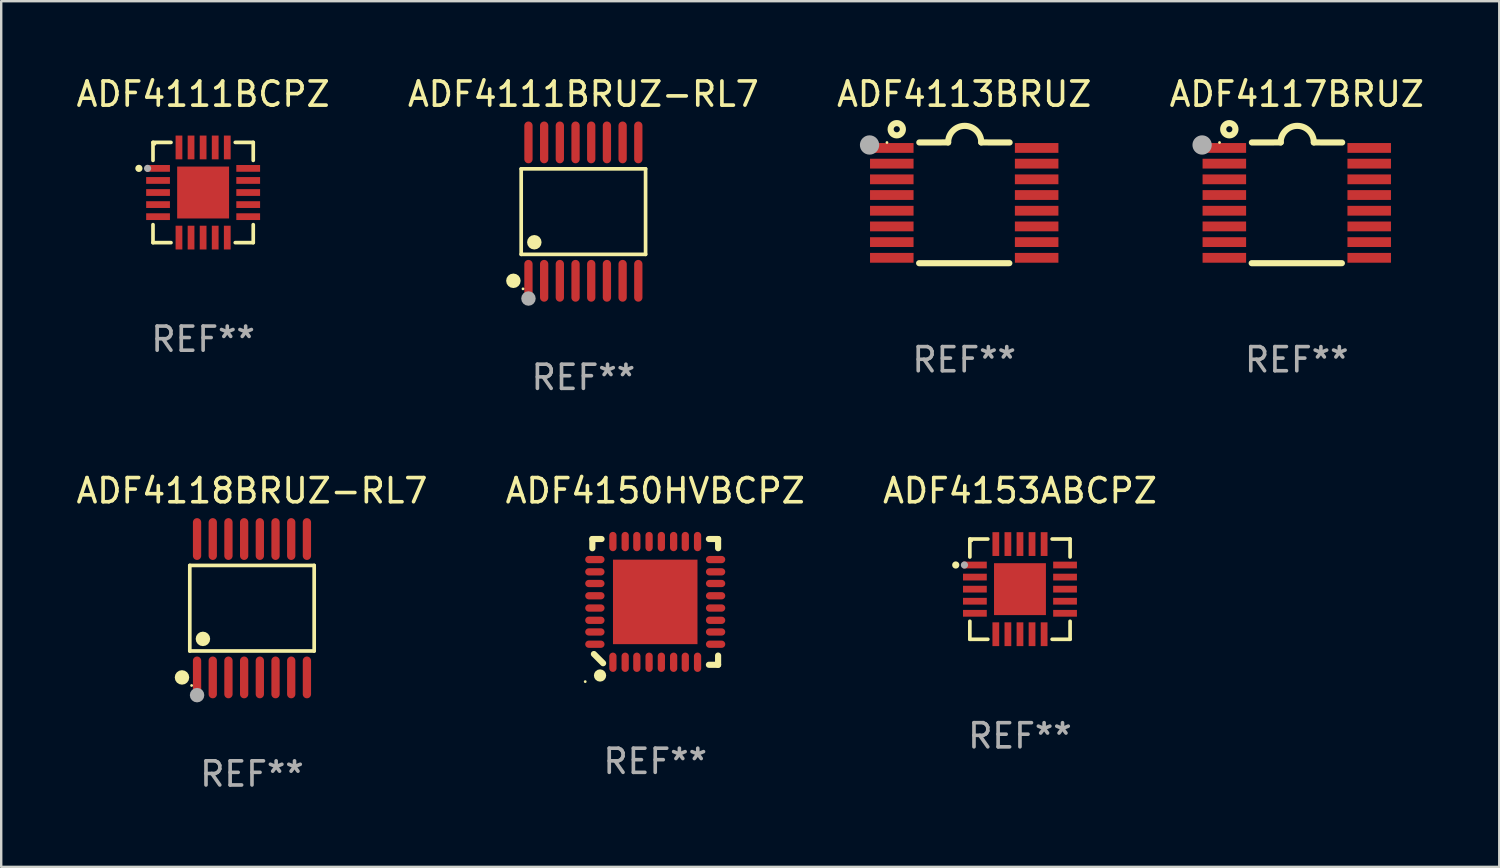
<source format=kicad_pcb>
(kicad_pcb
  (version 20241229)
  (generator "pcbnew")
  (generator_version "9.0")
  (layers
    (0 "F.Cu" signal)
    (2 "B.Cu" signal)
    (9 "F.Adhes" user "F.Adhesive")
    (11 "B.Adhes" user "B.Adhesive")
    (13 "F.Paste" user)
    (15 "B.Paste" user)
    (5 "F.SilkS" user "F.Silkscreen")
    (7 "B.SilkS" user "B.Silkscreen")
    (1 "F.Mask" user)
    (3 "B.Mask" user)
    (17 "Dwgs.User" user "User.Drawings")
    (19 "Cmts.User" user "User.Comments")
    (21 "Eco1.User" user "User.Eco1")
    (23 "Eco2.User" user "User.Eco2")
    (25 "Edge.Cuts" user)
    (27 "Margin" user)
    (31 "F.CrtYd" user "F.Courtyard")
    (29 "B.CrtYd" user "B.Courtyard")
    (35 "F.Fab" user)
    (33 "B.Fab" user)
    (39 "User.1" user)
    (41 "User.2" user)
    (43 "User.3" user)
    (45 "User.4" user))
  (footprint "ADF4113BRUZ"
    (layer "F.Cu")
    (at 36.887 5.35)
    (property "Reference" "ADF4113BRUZ" (at 0 -4.501 0) (layer "F.SilkS") (effects (font (size 1 1) (thickness 0.15))))
    (attr through_hole)
    (fp_line (start -1.868 2.501) (end 1.868 2.501) (stroke (width 0.254) (type solid)) (layer "F.SilkS"))
    (fp_line (start -1.86 -2.499) (end -0.666 -2.501) (stroke (width 0.254) (type solid)) (layer "F.SilkS"))
    (fp_line (start 0.706 -2.501) (end 1.88 -2.499) (stroke (width 0.254) (type solid)) (layer "F.SilkS"))
    (fp_arc (start -0.665914 -2.501448) (mid 0.019888 -3.18725) (end 0.70569 -2.501448) (stroke (width 0.254001) (type solid)) (layer "F.SilkS"))
    (fp_circle (center -3.2 -2.497) (end -3.17 -2.497) (stroke (width 0.06) (type solid)) (fill no) (layer "F.SilkS"))
    (fp_circle (center -2.794 -3.047) (end -2.54 -3.047) (stroke (width 0.254) (type solid)) (fill no) (layer "F.SilkS"))
    (fp_circle (center -3.921 -2.395) (end -3.721 -2.395) (stroke (width 0.4) (type solid)) (fill no) (layer "F.Fab"))
    (fp_text user "REF**" (at 0 6.501 0) (layer "F.Fab") (effects (font (size 1 1) (thickness 0.15))))
    (pad "1" smd rect (at -3 -2.272) (size 1.803 0.406) (layers "F.Cu" "F.Mask" "F.Paste"))
    (pad "2" smd rect (at -3 -1.622) (size 1.803 0.406) (layers "F.Cu" "F.Mask" "F.Paste"))
    (pad "3" smd rect (at -3 -0.972) (size 1.803 0.406) (layers "F.Cu" "F.Mask" "F.Paste"))
    (pad "4" smd rect (at -3 -0.322) (size 1.803 0.406) (layers "F.Cu" "F.Mask" "F.Paste"))
    (pad "5" smd rect (at -3 0.328) (size 1.803 0.406) (layers "F.Cu" "F.Mask" "F.Paste"))
    (pad "6" smd rect (at -3 0.978) (size 1.803 0.406) (layers "F.Cu" "F.Mask" "F.Paste"))
    (pad "7" smd rect (at -3 1.628) (size 1.803 0.406) (layers "F.Cu" "F.Mask" "F.Paste"))
    (pad "8" smd rect (at -3 2.278) (size 1.803 0.406) (layers "F.Cu" "F.Mask" "F.Paste"))
    (pad "9" smd rect (at 3 2.278) (size 1.803 0.406) (layers "F.Cu" "F.Mask" "F.Paste"))
    (pad "10" smd rect (at 3 1.628) (size 1.803 0.406) (layers "F.Cu" "F.Mask" "F.Paste"))
    (pad "11" smd rect (at 3 0.978) (size 1.803 0.406) (layers "F.Cu" "F.Mask" "F.Paste"))
    (pad "12" smd rect (at 3 0.328) (size 1.803 0.406) (layers "F.Cu" "F.Mask" "F.Paste"))
    (pad "13" smd rect (at 3 -0.322) (size 1.803 0.406) (layers "F.Cu" "F.Mask" "F.Paste"))
    (pad "14" smd rect (at 3 -0.972) (size 1.803 0.406) (layers "F.Cu" "F.Mask" "F.Paste"))
    (pad "15" smd rect (at 3 -1.622) (size 1.803 0.406) (layers "F.Cu" "F.Mask" "F.Paste"))
    (pad "16" smd rect (at 3 -2.272) (size 1.803 0.406) (layers "F.Cu" "F.Mask" "F.Paste")))
  (footprint "ADF4111BCPZ"
    (layer "F.Cu")
    (at 5.363 4.924)
    (property "Reference" "ADF4111BCPZ" (at 0 -4.076 0) (layer "F.SilkS") (effects (font (size 1 1) (thickness 0.15))))
    (attr through_hole)
    (fp_line (start -2.076 -2.076) (end -2.076 -1.331) (stroke (width 0.152) (type solid)) (layer "F.SilkS"))
    (fp_line (start -2.076 2.076) (end -2.076 1.331) (stroke (width 0.152) (type solid)) (layer "F.SilkS"))
    (fp_line (start -1.331 -2.076) (end -2.076 -2.076) (stroke (width 0.152) (type solid)) (layer "F.SilkS"))
    (fp_line (start -1.331 2.076) (end -2.076 2.076) (stroke (width 0.152) (type solid)) (layer "F.SilkS"))
    (fp_line (start 1.331 -2.076) (end 2.076 -2.076) (stroke (width 0.152) (type solid)) (layer "F.SilkS"))
    (fp_line (start 1.331 2.076) (end 2.076 2.076) (stroke (width 0.152) (type solid)) (layer "F.SilkS"))
    (fp_line (start 2.076 -2.076) (end 2.076 -1.331) (stroke (width 0.152) (type solid)) (layer "F.SilkS"))
    (fp_line (start 2.076 2.076) (end 2.076 1.331) (stroke (width 0.152) (type solid)) (layer "F.SilkS"))
    (fp_circle (center -2.66 -1) (end -2.585 -1) (stroke (width 0.15) (type solid)) (fill no) (layer "F.SilkS"))
    (fp_circle (center -2 -2) (end -1.97 -2) (stroke (width 0.06) (type solid)) (fill no) (layer "F.SilkS"))
    (fp_circle (center -2.3 -1) (end -2.225 -1) (stroke (width 0.15) (type solid)) (fill no) (layer "F.Fab"))
    (fp_text user "REF**" (at 0 6.076 0) (layer "F.Fab") (effects (font (size 1 1) (thickness 0.15))))
    (pad "1" smd rect (at -1.867 -1) (size 0.985 0.28) (layers "F.Cu" "F.Mask" "F.Paste"))
    (pad "2" smd rect (at -1.867 -0.5) (size 0.985 0.28) (layers "F.Cu" "F.Mask" "F.Paste"))
    (pad "3" smd rect (at -1.867 0) (size 0.985 0.28) (layers "F.Cu" "F.Mask" "F.Paste"))
    (pad "4" smd rect (at -1.867 0.5) (size 0.985 0.28) (layers "F.Cu" "F.Mask" "F.Paste"))
    (pad "5" smd rect (at -1.867 1) (size 0.985 0.28) (layers "F.Cu" "F.Mask" "F.Paste"))
    (pad "6" smd rect (at -1 1.867) (size 0.28 0.985) (layers "F.Cu" "F.Mask" "F.Paste"))
    (pad "7" smd rect (at -0.5 1.867) (size 0.28 0.985) (layers "F.Cu" "F.Mask" "F.Paste"))
    (pad "8" smd rect (at 0 1.867) (size 0.28 0.985) (layers "F.Cu" "F.Mask" "F.Paste"))
    (pad "9" smd rect (at 0.5 1.867) (size 0.28 0.985) (layers "F.Cu" "F.Mask" "F.Paste"))
    (pad "10" smd rect (at 1 1.867) (size 0.28 0.985) (layers "F.Cu" "F.Mask" "F.Paste"))
    (pad "11" smd rect (at 1.867 1) (size 0.985 0.28) (layers "F.Cu" "F.Mask" "F.Paste"))
    (pad "12" smd rect (at 1.867 0.5) (size 0.985 0.28) (layers "F.Cu" "F.Mask" "F.Paste"))
    (pad "13" smd rect (at 1.867 0) (size 0.985 0.28) (layers "F.Cu" "F.Mask" "F.Paste"))
    (pad "14" smd rect (at 1.867 -0.5) (size 0.985 0.28) (layers "F.Cu" "F.Mask" "F.Paste"))
    (pad "15" smd rect (at 1.867 -1) (size 0.985 0.28) (layers "F.Cu" "F.Mask" "F.Paste"))
    (pad "16" smd rect (at 1 -1.867) (size 0.28 0.985) (layers "F.Cu" "F.Mask" "F.Paste"))
    (pad "17" smd rect (at 0.5 -1.867) (size 0.28 0.985) (layers "F.Cu" "F.Mask" "F.Paste"))
    (pad "18" smd rect (at 0 -1.867) (size 0.28 0.985) (layers "F.Cu" "F.Mask" "F.Paste"))
    (pad "19" smd rect (at -0.5 -1.867) (size 0.28 0.985) (layers "F.Cu" "F.Mask" "F.Paste"))
    (pad "20" smd rect (at -1 -1.867) (size 0.28 0.985) (layers "F.Cu" "F.Mask" "F.Paste"))
    (pad "21" smd rect (at 0 0) (size 2.15 2.15) (layers "F.Cu" "F.Mask" "F.Paste")))
  (footprint "ADF4111BRUZ-RL7"
    (layer "F.Cu")
    (at 21.113 5.714)
    (property "Reference" "ADF4111BRUZ-RL7" (at 0 -4.866 0) (layer "F.SilkS") (effects (font (size 1 1) (thickness 0.15))))
    (attr through_hole)
    (fp_line (start -2.576 -1.772) (end 2.576 -1.772) (stroke (width 0.152) (type solid)) (layer "F.SilkS"))
    (fp_line (start -2.576 1.771) (end -2.576 -1.772) (stroke (width 0.152) (type solid)) (layer "F.SilkS"))
    (fp_line (start 2.576 -1.772) (end 2.576 1.771) (stroke (width 0.152) (type solid)) (layer "F.SilkS"))
    (fp_line (start 2.576 1.771) (end -2.576 1.771) (stroke (width 0.152) (type solid)) (layer "F.SilkS"))
    (fp_circle (center -2.899 2.866) (end -2.749 2.866) (stroke (width 0.3) (type solid)) (fill no) (layer "F.SilkS"))
    (fp_circle (center -2.5 3.2) (end -2.47 3.2) (stroke (width 0.06) (type solid)) (fill no) (layer "F.SilkS"))
    (fp_circle (center -2.032 1.27) (end -1.882 1.27) (stroke (width 0.3) (type solid)) (fill no) (layer "F.SilkS"))
    (fp_circle (center -2.275 3.6) (end -2.125 3.6) (stroke (width 0.3) (type solid)) (fill no) (layer "F.Fab"))
    (fp_text user "REF**" (at 0 6.866 0) (layer "F.Fab") (effects (font (size 1 1) (thickness 0.15))))
    (pad "1" smd oval (at -2.275 2.866) (size 0.343 1.731) (layers "F.Cu" "F.Mask" "F.Paste"))
    (pad "2" smd oval (at -1.625 2.866) (size 0.343 1.731) (layers "F.Cu" "F.Mask" "F.Paste"))
    (pad "3" smd oval (at -0.975 2.866) (size 0.343 1.731) (layers "F.Cu" "F.Mask" "F.Paste"))
    (pad "4" smd oval (at -0.325 2.866) (size 0.343 1.731) (layers "F.Cu" "F.Mask" "F.Paste"))
    (pad "5" smd oval (at 0.325 2.866) (size 0.343 1.731) (layers "F.Cu" "F.Mask" "F.Paste"))
    (pad "6" smd oval (at 0.975 2.866) (size 0.343 1.731) (layers "F.Cu" "F.Mask" "F.Paste"))
    (pad "7" smd oval (at 1.625 2.866) (size 0.343 1.731) (layers "F.Cu" "F.Mask" "F.Paste"))
    (pad "8" smd oval (at 2.275 2.866) (size 0.343 1.731) (layers "F.Cu" "F.Mask" "F.Paste"))
    (pad "9" smd oval (at 2.275 -2.866) (size 0.343 1.731) (layers "F.Cu" "F.Mask" "F.Paste"))
    (pad "10" smd oval (at 1.625 -2.866) (size 0.343 1.731) (layers "F.Cu" "F.Mask" "F.Paste"))
    (pad "11" smd oval (at 0.975 -2.866) (size 0.343 1.731) (layers "F.Cu" "F.Mask" "F.Paste"))
    (pad "12" smd oval (at 0.325 -2.866) (size 0.343 1.731) (layers "F.Cu" "F.Mask" "F.Paste"))
    (pad "13" smd oval (at -0.325 -2.866) (size 0.343 1.731) (layers "F.Cu" "F.Mask" "F.Paste"))
    (pad "14" smd oval (at -0.975 -2.866) (size 0.343 1.731) (layers "F.Cu" "F.Mask" "F.Paste"))
    (pad "15" smd oval (at -1.625 -2.866) (size 0.343 1.731) (layers "F.Cu" "F.Mask" "F.Paste"))
    (pad "16" smd oval (at -2.275 -2.866) (size 0.343 1.731) (layers "F.Cu" "F.Mask" "F.Paste")))
  (footprint "ADF4118BRUZ-RL7"
    (layer "F.Cu")
    (at 7.387 22.142)
    (property "Reference" "ADF4118BRUZ-RL7" (at 0 -4.866 0) (layer "F.SilkS") (effects (font (size 1 1) (thickness 0.15))))
    (attr through_hole)
    (fp_line (start -2.576 -1.772) (end 2.576 -1.772) (stroke (width 0.152) (type solid)) (layer "F.SilkS"))
    (fp_line (start -2.576 1.771) (end -2.576 -1.772) (stroke (width 0.152) (type solid)) (layer "F.SilkS"))
    (fp_line (start 2.576 -1.772) (end 2.576 1.771) (stroke (width 0.152) (type solid)) (layer "F.SilkS"))
    (fp_line (start 2.576 1.771) (end -2.576 1.771) (stroke (width 0.152) (type solid)) (layer "F.SilkS"))
    (fp_circle (center -2.899 2.866) (end -2.749 2.866) (stroke (width 0.3) (type solid)) (fill no) (layer "F.SilkS"))
    (fp_circle (center -2.5 3.2) (end -2.47 3.2) (stroke (width 0.06) (type solid)) (fill no) (layer "F.SilkS"))
    (fp_circle (center -2.032 1.27) (end -1.882 1.27) (stroke (width 0.3) (type solid)) (fill no) (layer "F.SilkS"))
    (fp_circle (center -2.275 3.6) (end -2.125 3.6) (stroke (width 0.3) (type solid)) (fill no) (layer "F.Fab"))
    (fp_text user "REF**" (at 0 6.866 0) (layer "F.Fab") (effects (font (size 1 1) (thickness 0.15))))
    (pad "1" smd oval (at -2.275 2.866) (size 0.343 1.731) (layers "F.Cu" "F.Mask" "F.Paste"))
    (pad "2" smd oval (at -1.625 2.866) (size 0.343 1.731) (layers "F.Cu" "F.Mask" "F.Paste"))
    (pad "3" smd oval (at -0.975 2.866) (size 0.343 1.731) (layers "F.Cu" "F.Mask" "F.Paste"))
    (pad "4" smd oval (at -0.325 2.866) (size 0.343 1.731) (layers "F.Cu" "F.Mask" "F.Paste"))
    (pad "5" smd oval (at 0.325 2.866) (size 0.343 1.731) (layers "F.Cu" "F.Mask" "F.Paste"))
    (pad "6" smd oval (at 0.975 2.866) (size 0.343 1.731) (layers "F.Cu" "F.Mask" "F.Paste"))
    (pad "7" smd oval (at 1.625 2.866) (size 0.343 1.731) (layers "F.Cu" "F.Mask" "F.Paste"))
    (pad "8" smd oval (at 2.275 2.866) (size 0.343 1.731) (layers "F.Cu" "F.Mask" "F.Paste"))
    (pad "9" smd oval (at 2.275 -2.866) (size 0.343 1.731) (layers "F.Cu" "F.Mask" "F.Paste"))
    (pad "10" smd oval (at 1.625 -2.866) (size 0.343 1.731) (layers "F.Cu" "F.Mask" "F.Paste"))
    (pad "11" smd oval (at 0.975 -2.866) (size 0.343 1.731) (layers "F.Cu" "F.Mask" "F.Paste"))
    (pad "12" smd oval (at 0.325 -2.866) (size 0.343 1.731) (layers "F.Cu" "F.Mask" "F.Paste"))
    (pad "13" smd oval (at -0.325 -2.866) (size 0.343 1.731) (layers "F.Cu" "F.Mask" "F.Paste"))
    (pad "14" smd oval (at -0.975 -2.866) (size 0.343 1.731) (layers "F.Cu" "F.Mask" "F.Paste"))
    (pad "15" smd oval (at -1.625 -2.866) (size 0.343 1.731) (layers "F.Cu" "F.Mask" "F.Paste"))
    (pad "16" smd oval (at -2.275 -2.866) (size 0.343 1.731) (layers "F.Cu" "F.Mask" "F.Paste")))
  (footprint "ADF4150HVBCPZ"
    (layer "F.Cu")
    (at 24.089 21.88)
    (property "Reference" "ADF4150HVBCPZ" (at 0 -4.604 0) (layer "F.SilkS") (effects (font (size 1 1) (thickness 0.15))))
    (attr through_hole)
    (fp_line (start -2.604 -2.604) (end -2.604 -2.223) (stroke (width 0.254) (type solid)) (layer "F.SilkS"))
    (fp_line (start -2.54 2.159) (end -2.159 2.54) (stroke (width 0.254) (type solid)) (layer "F.SilkS"))
    (fp_line (start -2.223 -2.604) (end -2.604 -2.604) (stroke (width 0.254) (type solid)) (layer "F.SilkS"))
    (fp_line (start 2.223 2.604) (end 2.604 2.604) (stroke (width 0.254) (type solid)) (layer "F.SilkS"))
    (fp_line (start 2.604 -2.604) (end 2.223 -2.604) (stroke (width 0.254) (type solid)) (layer "F.SilkS"))
    (fp_line (start 2.604 -2.223) (end 2.604 -2.604) (stroke (width 0.254) (type solid)) (layer "F.SilkS"))
    (fp_line (start 2.604 2.604) (end 2.604 2.223) (stroke (width 0.254) (type solid)) (layer "F.SilkS"))
    (fp_circle (center -2.9 3.302) (end -2.87 3.302) (stroke (width 0.06) (type solid)) (fill no) (layer "F.SilkS"))
    (fp_circle (center -2.286 3.048) (end -2.159 3.048) (stroke (width 0.254) (type solid)) (fill no) (layer "F.SilkS"))
    (fp_text user "REF**" (at 0 6.604 0) (layer "F.Fab") (effects (font (size 1 1) (thickness 0.15))))
    (pad "1" smd oval (at -1.753 2.5 90) (size 0.8 0.3) (layers "F.Cu" "F.Mask" "F.Paste"))
    (pad "2" smd oval (at -1.245 2.5 90) (size 0.8 0.3) (layers "F.Cu" "F.Mask" "F.Paste"))
    (pad "3" smd oval (at -0.762 2.5 90) (size 0.8 0.3) (layers "F.Cu" "F.Mask" "F.Paste"))
    (pad "4" smd oval (at -0.254 2.5 90) (size 0.8 0.3) (layers "F.Cu" "F.Mask" "F.Paste"))
    (pad "5" smd oval (at 0.254 2.5 90) (size 0.8 0.3) (layers "F.Cu" "F.Mask" "F.Paste"))
    (pad "6" smd oval (at 0.762 2.5 90) (size 0.8 0.3) (layers "F.Cu" "F.Mask" "F.Paste"))
    (pad "7" smd oval (at 1.245 2.5 90) (size 0.8 0.3) (layers "F.Cu" "F.Mask" "F.Paste"))
    (pad "8" smd oval (at 1.753 2.5 90) (size 0.8 0.3) (layers "F.Cu" "F.Mask" "F.Paste"))
    (pad "9" smd oval (at 2.5 1.753 180) (size 0.8 0.3) (layers "F.Cu" "F.Mask" "F.Paste"))
    (pad "10" smd oval (at 2.5 1.245 180) (size 0.8 0.3) (layers "F.Cu" "F.Mask" "F.Paste"))
    (pad "11" smd oval (at 2.5 0.762 180) (size 0.8 0.3) (layers "F.Cu" "F.Mask" "F.Paste"))
    (pad "12" smd oval (at 2.5 0.254 180) (size 0.8 0.3) (layers "F.Cu" "F.Mask" "F.Paste"))
    (pad "13" smd oval (at 2.5 -0.254 180) (size 0.8 0.3) (layers "F.Cu" "F.Mask" "F.Paste"))
    (pad "14" smd oval (at 2.5 -0.762 180) (size 0.8 0.3) (layers "F.Cu" "F.Mask" "F.Paste"))
    (pad "15" smd oval (at 2.5 -1.245 180) (size 0.8 0.3) (layers "F.Cu" "F.Mask" "F.Paste"))
    (pad "16" smd oval (at 2.5 -1.753 180) (size 0.8 0.3) (layers "F.Cu" "F.Mask" "F.Paste"))
    (pad "17" smd oval (at 1.753 -2.5 270) (size 0.8 0.3) (layers "F.Cu" "F.Mask" "F.Paste"))
    (pad "18" smd oval (at 1.245 -2.5 270) (size 0.8 0.3) (layers "F.Cu" "F.Mask" "F.Paste"))
    (pad "19" smd oval (at 0.762 -2.5 270) (size 0.8 0.3) (layers "F.Cu" "F.Mask" "F.Paste"))
    (pad "20" smd oval (at 0.254 -2.5 270) (size 0.8 0.3) (layers "F.Cu" "F.Mask" "F.Paste"))
    (pad "21" smd oval (at -0.254 -2.5 270) (size 0.8 0.3) (layers "F.Cu" "F.Mask" "F.Paste"))
    (pad "22" smd oval (at -0.762 -2.5 270) (size 0.8 0.3) (layers "F.Cu" "F.Mask" "F.Paste"))
    (pad "23" smd oval (at -1.245 -2.5 270) (size 0.8 0.3) (layers "F.Cu" "F.Mask" "F.Paste"))
    (pad "24" smd oval (at -1.753 -2.5 270) (size 0.8 0.3) (layers "F.Cu" "F.Mask" "F.Paste"))
    (pad "25" smd oval (at -2.5 -1.753) (size 0.8 0.3) (layers "F.Cu" "F.Mask" "F.Paste"))
    (pad "26" smd oval (at -2.5 -1.245) (size 0.8 0.3) (layers "F.Cu" "F.Mask" "F.Paste"))
    (pad "27" smd oval (at -2.5 -0.762) (size 0.8 0.3) (layers "F.Cu" "F.Mask" "F.Paste"))
    (pad "28" smd oval (at -2.5 -0.254) (size 0.8 0.3) (layers "F.Cu" "F.Mask" "F.Paste"))
    (pad "29" smd oval (at -2.5 0.254) (size 0.8 0.3) (layers "F.Cu" "F.Mask" "F.Paste"))
    (pad "30" smd oval (at -2.5 0.762) (size 0.8 0.3) (layers "F.Cu" "F.Mask" "F.Paste"))
    (pad "31" smd oval (at -2.5 1.245) (size 0.8 0.3) (layers "F.Cu" "F.Mask" "F.Paste"))
    (pad "32" smd oval (at -2.5 1.753) (size 0.8 0.3) (layers "F.Cu" "F.Mask" "F.Paste"))
    (pad "33" smd rect (at 0 -0.000025 90) (size 3.5 3.5) (layers "F.Cu" "F.Mask" "F.Paste")))
  (footprint "ADF4117BRUZ"
    (layer "F.Cu")
    (at 50.661 5.35)
    (property "Reference" "ADF4117BRUZ" (at 0 -4.501 0) (layer "F.SilkS") (effects (font (size 1 1) (thickness 0.15))))
    (attr through_hole)
    (fp_line (start -1.868 2.501) (end 1.868 2.501) (stroke (width 0.254) (type solid)) (layer "F.SilkS"))
    (fp_line (start -1.86 -2.499) (end -0.666 -2.501) (stroke (width 0.254) (type solid)) (layer "F.SilkS"))
    (fp_line (start 0.706 -2.501) (end 1.88 -2.499) (stroke (width 0.254) (type solid)) (layer "F.SilkS"))
    (fp_arc (start -0.665914 -2.501448) (mid 0.019888 -3.18725) (end 0.70569 -2.501448) (stroke (width 0.254001) (type solid)) (layer "F.SilkS"))
    (fp_circle (center -3.2 -2.497) (end -3.17 -2.497) (stroke (width 0.06) (type solid)) (fill no) (layer "F.SilkS"))
    (fp_circle (center -2.794 -3.047) (end -2.54 -3.047) (stroke (width 0.254) (type solid)) (fill no) (layer "F.SilkS"))
    (fp_circle (center -3.921 -2.395) (end -3.721 -2.395) (stroke (width 0.4) (type solid)) (fill no) (layer "F.Fab"))
    (fp_text user "REF**" (at 0 6.501 0) (layer "F.Fab") (effects (font (size 1 1) (thickness 0.15))))
    (pad "1" smd rect (at -3 -2.272) (size 1.803 0.406) (layers "F.Cu" "F.Mask" "F.Paste"))
    (pad "2" smd rect (at -3 -1.622) (size 1.803 0.406) (layers "F.Cu" "F.Mask" "F.Paste"))
    (pad "3" smd rect (at -3 -0.972) (size 1.803 0.406) (layers "F.Cu" "F.Mask" "F.Paste"))
    (pad "4" smd rect (at -3 -0.322) (size 1.803 0.406) (layers "F.Cu" "F.Mask" "F.Paste"))
    (pad "5" smd rect (at -3 0.328) (size 1.803 0.406) (layers "F.Cu" "F.Mask" "F.Paste"))
    (pad "6" smd rect (at -3 0.978) (size 1.803 0.406) (layers "F.Cu" "F.Mask" "F.Paste"))
    (pad "7" smd rect (at -3 1.628) (size 1.803 0.406) (layers "F.Cu" "F.Mask" "F.Paste"))
    (pad "8" smd rect (at -3 2.278) (size 1.803 0.406) (layers "F.Cu" "F.Mask" "F.Paste"))
    (pad "9" smd rect (at 3 2.278) (size 1.803 0.406) (layers "F.Cu" "F.Mask" "F.Paste"))
    (pad "10" smd rect (at 3 1.628) (size 1.803 0.406) (layers "F.Cu" "F.Mask" "F.Paste"))
    (pad "11" smd rect (at 3 0.978) (size 1.803 0.406) (layers "F.Cu" "F.Mask" "F.Paste"))
    (pad "12" smd rect (at 3 0.328) (size 1.803 0.406) (layers "F.Cu" "F.Mask" "F.Paste"))
    (pad "13" smd rect (at 3 -0.322) (size 1.803 0.406) (layers "F.Cu" "F.Mask" "F.Paste"))
    (pad "14" smd rect (at 3 -0.972) (size 1.803 0.406) (layers "F.Cu" "F.Mask" "F.Paste"))
    (pad "15" smd rect (at 3 -1.622) (size 1.803 0.406) (layers "F.Cu" "F.Mask" "F.Paste"))
    (pad "16" smd rect (at 3 -2.272) (size 1.803 0.406) (layers "F.Cu" "F.Mask" "F.Paste")))
  (footprint "ADF4153ABCPZ"
    (layer "F.Cu")
    (at 39.196 21.352)
    (property "Reference" "ADF4153ABCPZ" (at 0 -4.076 0) (layer "F.SilkS") (effects (font (size 1 1) (thickness 0.15))))
    (attr through_hole)
    (fp_line (start -2.076 -2.076) (end -2.076 -1.331) (stroke (width 0.152) (type solid)) (layer "F.SilkS"))
    (fp_line (start -2.076 2.076) (end -2.076 1.331) (stroke (width 0.152) (type solid)) (layer "F.SilkS"))
    (fp_line (start -1.331 -2.076) (end -2.076 -2.076) (stroke (width 0.152) (type solid)) (layer "F.SilkS"))
    (fp_line (start -1.331 2.076) (end -2.076 2.076) (stroke (width 0.152) (type solid)) (layer "F.SilkS"))
    (fp_line (start 1.331 -2.076) (end 2.076 -2.076) (stroke (width 0.152) (type solid)) (layer "F.SilkS"))
    (fp_line (start 1.331 2.076) (end 2.076 2.076) (stroke (width 0.152) (type solid)) (layer "F.SilkS"))
    (fp_line (start 2.076 -2.076) (end 2.076 -1.331) (stroke (width 0.152) (type solid)) (layer "F.SilkS"))
    (fp_line (start 2.076 2.076) (end 2.076 1.331) (stroke (width 0.152) (type solid)) (layer "F.SilkS"))
    (fp_circle (center -2.66 -1) (end -2.585 -1) (stroke (width 0.15) (type solid)) (fill no) (layer "F.SilkS"))
    (fp_circle (center -2 -2) (end -1.97 -2) (stroke (width 0.06) (type solid)) (fill no) (layer "F.SilkS"))
    (fp_circle (center -2.3 -1) (end -2.225 -1) (stroke (width 0.15) (type solid)) (fill no) (layer "F.Fab"))
    (fp_text user "REF**" (at 0 6.076 0) (layer "F.Fab") (effects (font (size 1 1) (thickness 0.15))))
    (pad "1" smd rect (at -1.867 -1) (size 0.985 0.28) (layers "F.Cu" "F.Mask" "F.Paste"))
    (pad "2" smd rect (at -1.867 -0.5) (size 0.985 0.28) (layers "F.Cu" "F.Mask" "F.Paste"))
    (pad "3" smd rect (at -1.867 0) (size 0.985 0.28) (layers "F.Cu" "F.Mask" "F.Paste"))
    (pad "4" smd rect (at -1.867 0.5) (size 0.985 0.28) (layers "F.Cu" "F.Mask" "F.Paste"))
    (pad "5" smd rect (at -1.867 1) (size 0.985 0.28) (layers "F.Cu" "F.Mask" "F.Paste"))
    (pad "6" smd rect (at -1 1.867) (size 0.28 0.985) (layers "F.Cu" "F.Mask" "F.Paste"))
    (pad "7" smd rect (at -0.5 1.867) (size 0.28 0.985) (layers "F.Cu" "F.Mask" "F.Paste"))
    (pad "8" smd rect (at 0 1.867) (size 0.28 0.985) (layers "F.Cu" "F.Mask" "F.Paste"))
    (pad "9" smd rect (at 0.5 1.867) (size 0.28 0.985) (layers "F.Cu" "F.Mask" "F.Paste"))
    (pad "10" smd rect (at 1 1.867) (size 0.28 0.985) (layers "F.Cu" "F.Mask" "F.Paste"))
    (pad "11" smd rect (at 1.867 1) (size 0.985 0.28) (layers "F.Cu" "F.Mask" "F.Paste"))
    (pad "12" smd rect (at 1.867 0.5) (size 0.985 0.28) (layers "F.Cu" "F.Mask" "F.Paste"))
    (pad "13" smd rect (at 1.867 0) (size 0.985 0.28) (layers "F.Cu" "F.Mask" "F.Paste"))
    (pad "14" smd rect (at 1.867 -0.5) (size 0.985 0.28) (layers "F.Cu" "F.Mask" "F.Paste"))
    (pad "15" smd rect (at 1.867 -1) (size 0.985 0.28) (layers "F.Cu" "F.Mask" "F.Paste"))
    (pad "16" smd rect (at 1 -1.867) (size 0.28 0.985) (layers "F.Cu" "F.Mask" "F.Paste"))
    (pad "17" smd rect (at 0.5 -1.867) (size 0.28 0.985) (layers "F.Cu" "F.Mask" "F.Paste"))
    (pad "18" smd rect (at 0 -1.867) (size 0.28 0.985) (layers "F.Cu" "F.Mask" "F.Paste"))
    (pad "19" smd rect (at -0.5 -1.867) (size 0.28 0.985) (layers "F.Cu" "F.Mask" "F.Paste"))
    (pad "20" smd rect (at -1 -1.867) (size 0.28 0.985) (layers "F.Cu" "F.Mask" "F.Paste"))
    (pad "21" smd rect (at 0 0) (size 2.15 2.15) (layers "F.Cu" "F.Mask" "F.Paste")))
  (gr_rect
    (start -3 -3)
    (end 59.048 32.856)
    (stroke (width 0.1) (type default))
    (fill no)
    (layer "Edge.Cuts")))
</source>
